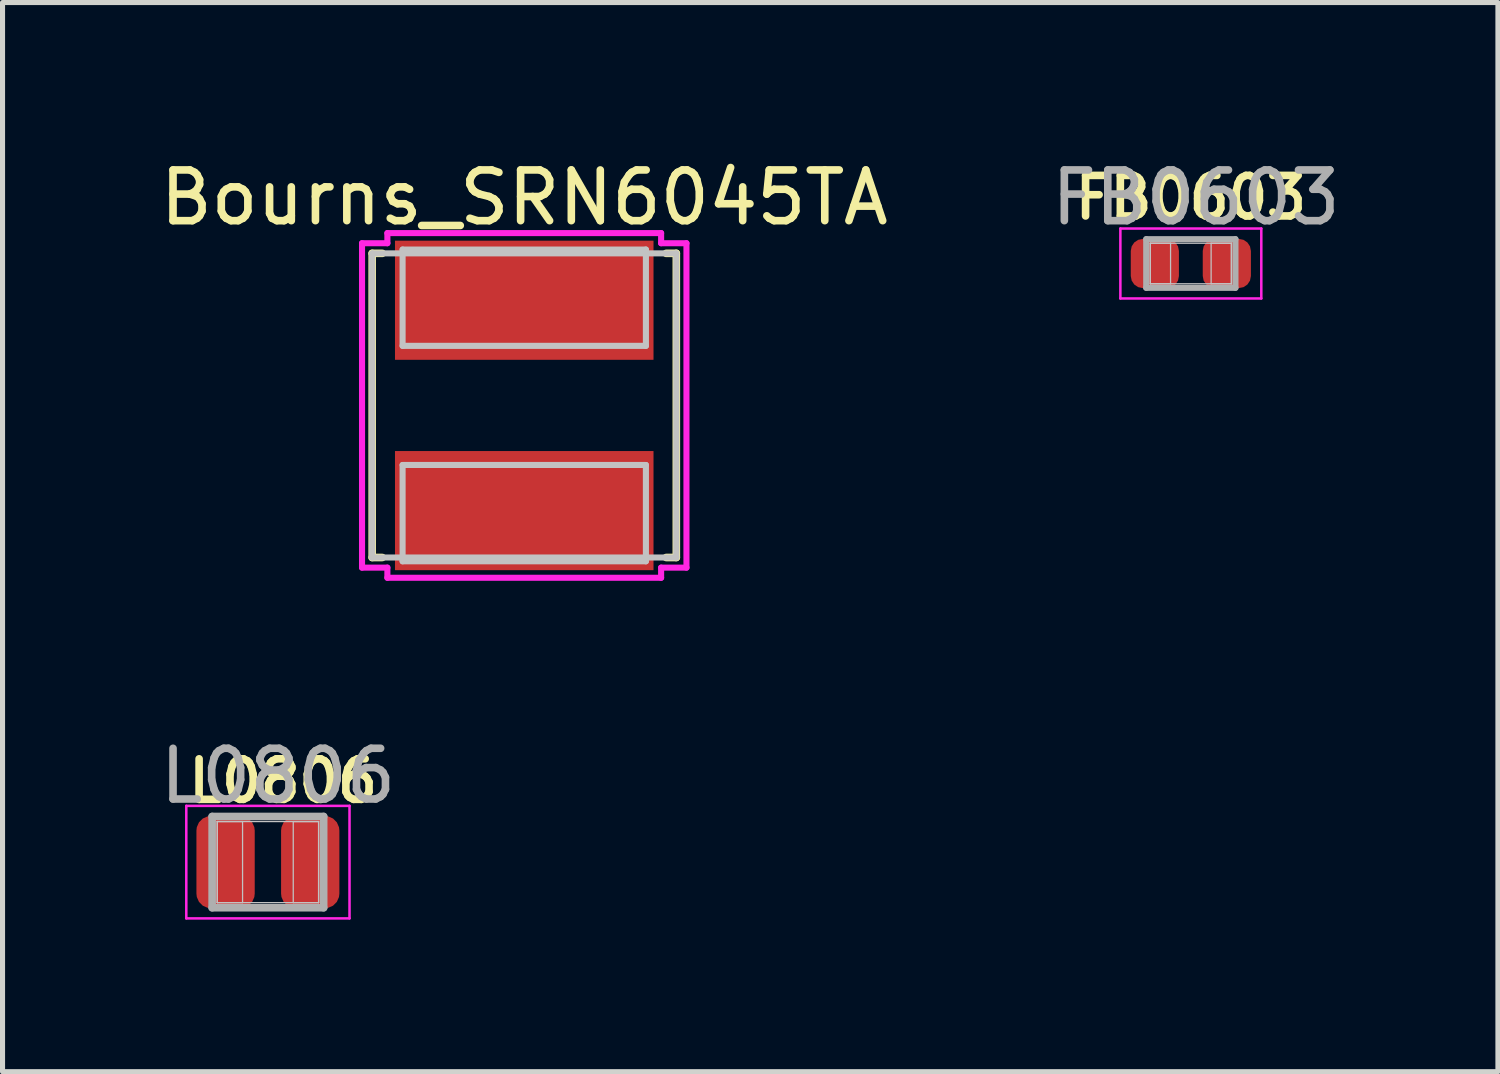
<source format=kicad_pcb>
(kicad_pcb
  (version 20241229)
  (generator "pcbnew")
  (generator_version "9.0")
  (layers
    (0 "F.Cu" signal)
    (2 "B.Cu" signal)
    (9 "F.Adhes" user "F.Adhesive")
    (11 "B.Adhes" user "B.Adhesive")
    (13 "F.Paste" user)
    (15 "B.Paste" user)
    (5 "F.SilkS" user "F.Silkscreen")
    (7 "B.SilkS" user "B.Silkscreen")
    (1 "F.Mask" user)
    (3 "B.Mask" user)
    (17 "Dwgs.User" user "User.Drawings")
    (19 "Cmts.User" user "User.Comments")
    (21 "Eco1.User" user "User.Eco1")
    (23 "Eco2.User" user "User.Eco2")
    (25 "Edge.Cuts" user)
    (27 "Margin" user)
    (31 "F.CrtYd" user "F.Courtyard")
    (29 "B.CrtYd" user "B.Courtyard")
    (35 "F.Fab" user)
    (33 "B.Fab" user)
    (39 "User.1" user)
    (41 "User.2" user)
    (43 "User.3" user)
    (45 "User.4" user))
  (footprint "L0806"
    (layer "F.Cu")
    (at 2.235 13.957)
    (property "Reference" "L0806" (at 0.2 -1.7 0) (layer "F.Fab") (effects (font (size 1 1) (thickness 0.15))))
    (attr smd)
    (fp_line (start -1 -0.8) (end -0.5 -0.8) (stroke (width 0.025) (type solid)) (layer "Dwgs.User"))
    (fp_line (start -1 -0.8) (end 1 -0.8) (stroke (width 0.025) (type solid)) (layer "Dwgs.User"))
    (fp_line (start -1 0.8) (end -1 -0.8) (stroke (width 0.025) (type solid)) (layer "Dwgs.User"))
    (fp_line (start -1 0.8) (end -1 -0.8) (stroke (width 0.025) (type solid)) (layer "Dwgs.User"))
    (fp_line (start -0.5 -0.8) (end -0.5 0.8) (stroke (width 0.025) (type solid)) (layer "Dwgs.User"))
    (fp_line (start -0.5 0.8) (end -1 0.8) (stroke (width 0.025) (type solid)) (layer "Dwgs.User"))
    (fp_line (start 0.5 -0.8) (end 1 -0.8) (stroke (width 0.025) (type solid)) (layer "Dwgs.User"))
    (fp_line (start 0.5 0.8) (end 0.5 -0.8) (stroke (width 0.025) (type solid)) (layer "Dwgs.User"))
    (fp_line (start 1 -0.8) (end 1 0.8) (stroke (width 0.025) (type solid)) (layer "Dwgs.User"))
    (fp_line (start 1 -0.8) (end 1 0.8) (stroke (width 0.025) (type solid)) (layer "Dwgs.User"))
    (fp_line (start 1 0.8) (end -1 0.8) (stroke (width 0.025) (type solid)) (layer "Dwgs.User"))
    (fp_line (start 1 0.8) (end 0.5 0.8) (stroke (width 0.025) (type solid)) (layer "Dwgs.User"))
    (fp_line (start -1.61 -1.11) (end 1.61 -1.11) (stroke (width 0.05) (type solid)) (layer "F.CrtYd"))
    (fp_line (start -1.61 1.11) (end -1.61 -1.11) (stroke (width 0.05) (type solid)) (layer "F.CrtYd"))
    (fp_line (start 1.61 -1.11) (end 1.61 1.11) (stroke (width 0.05) (type solid)) (layer "F.CrtYd"))
    (fp_line (start 1.61 1.11) (end -1.61 1.11) (stroke (width 0.05) (type solid)) (layer "F.CrtYd"))
    (fp_line (start -1.1 -0.9) (end 1.1 -0.9) (stroke (width 0.15) (type solid)) (layer "F.Fab"))
    (fp_line (start -1.1 0.9) (end -1.1 -0.9) (stroke (width 0.15) (type solid)) (layer "F.Fab"))
    (fp_line (start 1.1 -0.9) (end 1.1 0.9) (stroke (width 0.15) (type solid)) (layer "F.Fab"))
    (fp_line (start 1.1 0.9) (end -1.1 0.9) (stroke (width 0.15) (type solid)) (layer "F.Fab"))
    (fp_text user "${REFERENCE}" (at 0.3 -1.6 0) (layer "F.SilkS") (effects (font (size 0.8 0.8) (thickness 0.15))))
    (pad "" smd custom (at -0.835 0) (size 0.3 0.3) (layers "F.Paste") (options (anchor circle)) (primitives (gr_poly (pts (xy -0.57 -0.65) (xy -0.35 -0.9) (xy 0.19 -0.9) (xy 0.57 0) (xy 0.19 0.9) (xy -0.35 0.9) (xy -0.57 0.65)) (width 0) (fill yes))))
    (pad "" smd custom (at 0.835 0 180) (size 0.3 0.3) (layers "F.Paste") (options (anchor circle)) (primitives (gr_poly (pts (xy -0.57 -0.65) (xy -0.35 -0.9) (xy 0.19 -0.9) (xy 0.57 0) (xy 0.19 0.9) (xy -0.35 0.9) (xy -0.57 0.65)) (width 0) (fill yes))))
    (pad "1" smd roundrect (at -0.835 0) (size 1.15 1.82) (layers "F.Cu" "F.Mask") (roundrect_rratio 0.25))
    (pad "2" smd roundrect (at 0.835 0) (size 1.15 1.82) (layers "F.Cu" "F.Mask") (roundrect_rratio 0.25)))
  (footprint "FB0603"
    (layer "F.Cu")
    (at 20.442 2.148)
    (property "Reference" "FB0603" (at 0.1 -1.3 0) (layer "F.Fab") (effects (font (size 1 1) (thickness 0.15))))
    (attr smd)
    (fp_line (start -0.8 -0.4) (end -0.4 -0.4) (stroke (width 0.025) (type solid)) (layer "Dwgs.User"))
    (fp_line (start -0.8 -0.4) (end 0.8 -0.4) (stroke (width 0.025) (type solid)) (layer "Dwgs.User"))
    (fp_line (start -0.8 0.4) (end -0.8 -0.4) (stroke (width 0.025) (type solid)) (layer "Dwgs.User"))
    (fp_line (start -0.8 0.4) (end -0.8 -0.4) (stroke (width 0.025) (type solid)) (layer "Dwgs.User"))
    (fp_line (start -0.4 -0.4) (end -0.4 0.4) (stroke (width 0.025) (type solid)) (layer "Dwgs.User"))
    (fp_line (start -0.4 0.4) (end -0.8 0.4) (stroke (width 0.025) (type solid)) (layer "Dwgs.User"))
    (fp_line (start 0.4 -0.4) (end 0.8 -0.4) (stroke (width 0.025) (type solid)) (layer "Dwgs.User"))
    (fp_line (start 0.4 0.4) (end 0.4 -0.4) (stroke (width 0.025) (type solid)) (layer "Dwgs.User"))
    (fp_line (start 0.8 -0.4) (end 0.8 0.4) (stroke (width 0.025) (type solid)) (layer "Dwgs.User"))
    (fp_line (start 0.8 -0.4) (end 0.8 0.4) (stroke (width 0.025) (type solid)) (layer "Dwgs.User"))
    (fp_line (start 0.8 0.4) (end -0.8 0.4) (stroke (width 0.025) (type solid)) (layer "Dwgs.User"))
    (fp_line (start 0.8 0.4) (end 0.4 0.4) (stroke (width 0.025) (type solid)) (layer "Dwgs.User"))
    (fp_line (start -1.39 -0.69) (end 1.39 -0.69) (stroke (width 0.05) (type solid)) (layer "F.CrtYd"))
    (fp_line (start -1.39 0.69) (end -1.39 -0.69) (stroke (width 0.05) (type solid)) (layer "F.CrtYd"))
    (fp_line (start 1.39 -0.69) (end 1.39 0.69) (stroke (width 0.05) (type solid)) (layer "F.CrtYd"))
    (fp_line (start 1.39 0.69) (end -1.39 0.69) (stroke (width 0.05) (type solid)) (layer "F.CrtYd"))
    (fp_line (start -0.88 -0.48) (end 0.88 -0.48) (stroke (width 0.12) (type solid)) (layer "F.Fab"))
    (fp_line (start -0.88 0.48) (end -0.88 -0.48) (stroke (width 0.12) (type solid)) (layer "F.Fab"))
    (fp_line (start 0.88 -0.48) (end 0.88 0.48) (stroke (width 0.12) (type solid)) (layer "F.Fab"))
    (fp_line (start 0.88 0.48) (end -0.88 0.48) (stroke (width 0.12) (type solid)) (layer "F.Fab"))
    (fp_text user "${REFERENCE}" (at 0 -1.3 0) (layer "F.SilkS") (effects (font (size 0.8 0.8) (thickness 0.15))))
    (pad "" smd custom (at -0.71 0) (size 0.3 0.3) (layers "F.Paste") (options (anchor circle)) (primitives (gr_poly (pts (xy -0.475 -0.26) (xy -0.25 -0.485) (xy 0.16 -0.485) (xy 0.475 0) (xy 0.16 0.485) (xy -0.25 0.485) (xy -0.475 0.26)) (width 0) (fill yes))))
    (pad "" smd custom (at 0.71 0 180) (size 0.3 0.3) (layers "F.Paste") (options (anchor circle)) (primitives (gr_poly (pts (xy -0.475 -0.26) (xy -0.25 -0.485) (xy 0.16 -0.485) (xy 0.475 0) (xy 0.16 0.485) (xy -0.25 0.485) (xy -0.475 0.26)) (width 0) (fill yes))))
    (pad "1" smd roundrect (at -0.71 0) (size 0.95 0.97) (layers "F.Cu" "F.Mask") (roundrect_rratio 0.25))
    (pad "2" smd roundrect (at 0.71 0) (size 0.95 0.97) (layers "F.Cu" "F.Mask") (roundrect_rratio 0.25)))
  (footprint "Bourns_SRN6045TA"
    (layer "F.Cu")
    (at 7.292 4.948)
    (property "Reference" "Bourns_SRN6045TA" (at 0 -4.1 0) (layer "F.SilkS") (effects (font (size 1 1) (thickness 0.15))))
    (attr smd)
    (fp_line (start -3 -3) (end -3 3) (stroke (width 0.15) (type solid)) (layer "F.SilkS"))
    (fp_line (start -3 -3) (end -2.8 -3) (stroke (width 0.15) (type solid)) (layer "F.SilkS"))
    (fp_line (start -3 3) (end -2.8 3) (stroke (width 0.15) (type solid)) (layer "F.SilkS"))
    (fp_line (start 2.8 -3) (end 3 -3) (stroke (width 0.15) (type solid)) (layer "F.SilkS"))
    (fp_line (start 3 -3) (end 3 3) (stroke (width 0.15) (type solid)) (layer "F.SilkS"))
    (fp_line (start 3 3) (end 2.8 3) (stroke (width 0.15) (type solid)) (layer "F.SilkS"))
    (fp_line (start -3 -3) (end -3 3) (stroke (width 0.12) (type solid)) (layer "Dwgs.User"))
    (fp_line (start -3 -3) (end 3 -3) (stroke (width 0.12) (type solid)) (layer "Dwgs.User"))
    (fp_line (start -3 3) (end 3 3) (stroke (width 0.12) (type solid)) (layer "Dwgs.User"))
    (fp_line (start -2.4 -3.075) (end 2.4 -3.075) (stroke (width 0.12) (type solid)) (layer "Dwgs.User"))
    (fp_line (start -2.4 -1.175) (end -2.4 -3.075) (stroke (width 0.12) (type solid)) (layer "Dwgs.User"))
    (fp_line (start -2.4 -1.175) (end 2.4 -1.175) (stroke (width 0.12) (type solid)) (layer "Dwgs.User"))
    (fp_line (start -2.4 1.175) (end -2.4 3.075) (stroke (width 0.12) (type solid)) (layer "Dwgs.User"))
    (fp_line (start -2.4 1.175) (end 2.4 1.175) (stroke (width 0.12) (type solid)) (layer "Dwgs.User"))
    (fp_line (start -2.4 3.075) (end 2.4 3.075) (stroke (width 0.12) (type solid)) (layer "Dwgs.User"))
    (fp_line (start 2.4 -1.175) (end 2.4 -3.075) (stroke (width 0.12) (type solid)) (layer "Dwgs.User"))
    (fp_line (start 2.4 1.175) (end 2.4 3.075) (stroke (width 0.12) (type solid)) (layer "Dwgs.User"))
    (fp_line (start 3 -3) (end 3 3) (stroke (width 0.12) (type solid)) (layer "Dwgs.User"))
    (fp_line (start -3.2 -3.2) (end -2.7 -3.2) (stroke (width 0.12) (type solid)) (layer "F.CrtYd"))
    (fp_line (start -3.2 3.2) (end -3.2 -3.2) (stroke (width 0.12) (type solid)) (layer "F.CrtYd"))
    (fp_line (start -2.7 -3.4) (end 2.7 -3.4) (stroke (width 0.12) (type solid)) (layer "F.CrtYd"))
    (fp_line (start -2.7 -3.2) (end -2.7 -3.4) (stroke (width 0.12) (type solid)) (layer "F.CrtYd"))
    (fp_line (start -2.7 3.2) (end -3.2 3.2) (stroke (width 0.12) (type solid)) (layer "F.CrtYd"))
    (fp_line (start -2.7 3.4) (end -2.7 3.2) (stroke (width 0.12) (type solid)) (layer "F.CrtYd"))
    (fp_line (start 2.7 -3.4) (end 2.7 -3.2) (stroke (width 0.12) (type solid)) (layer "F.CrtYd"))
    (fp_line (start 2.7 -3.2) (end 3.2 -3.2) (stroke (width 0.12) (type solid)) (layer "F.CrtYd"))
    (fp_line (start 2.7 3.2) (end 2.7 3.4) (stroke (width 0.12) (type solid)) (layer "F.CrtYd"))
    (fp_line (start 2.7 3.4) (end -2.7 3.4) (stroke (width 0.12) (type solid)) (layer "F.CrtYd"))
    (fp_line (start 3.2 -3.2) (end 3.2 3.2) (stroke (width 0.12) (type solid)) (layer "F.CrtYd"))
    (fp_line (start 3.2 3.2) (end 2.7 3.2) (stroke (width 0.12) (type solid)) (layer "F.CrtYd"))
    (pad "1" smd rect (at 0 -2.075) (size 5.1 2.35) (layers "F.Cu" "F.Mask" "F.Paste"))
    (pad "2" smd rect (at 0 2.075) (size 5.1 2.35) (layers "F.Cu" "F.Mask" "F.Paste")))
  (gr_rect
    (start -3 -3)
    (end 26.5 18.091)
    (stroke (width 0.1) (type default))
    (fill no)
    (layer "Edge.Cuts")))
</source>
